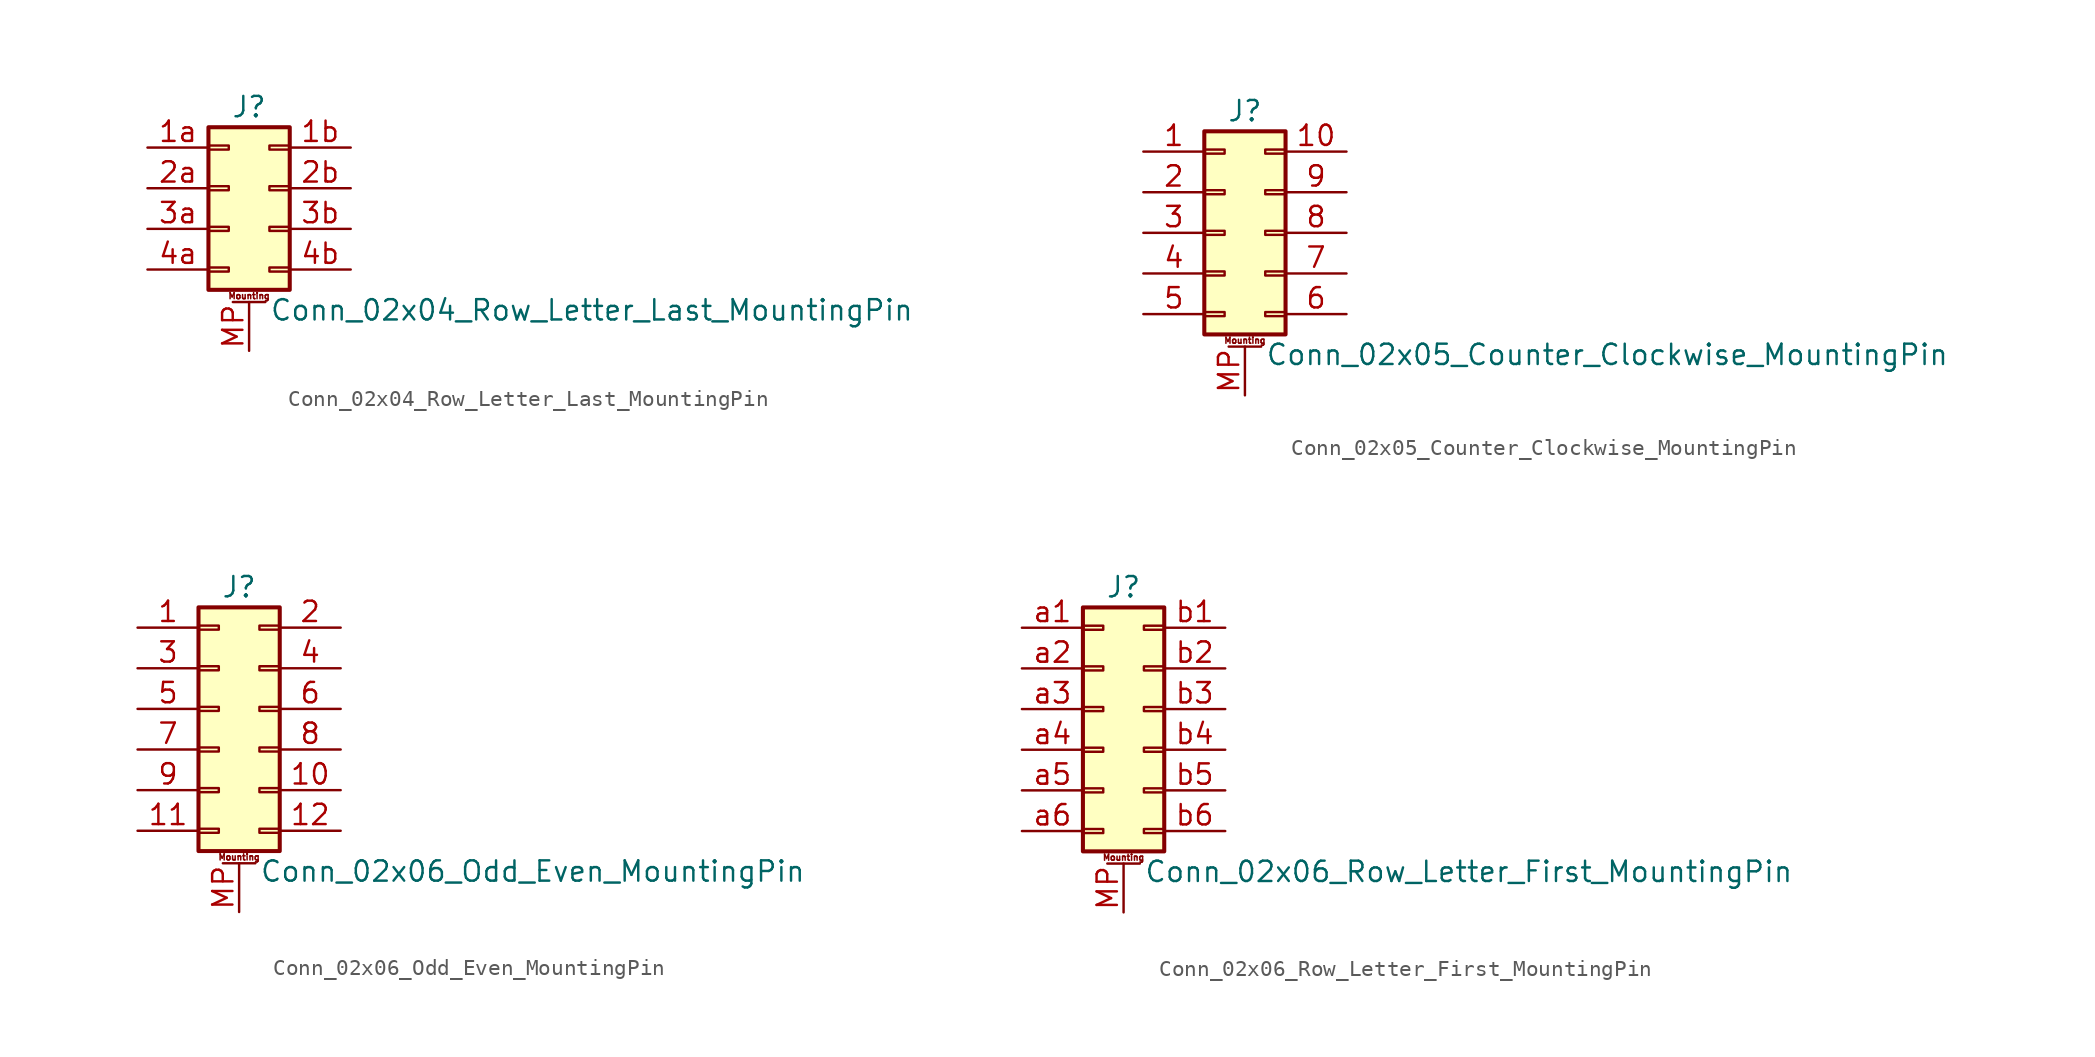
<source format=kicad_sym>
(kicad_symbol_lib
  (version 20201005)
  (generator kicad_symbol_editor)
  (symbol "Conn_02x04_Row_Letter_Last_MountingPin"
    (pin_names
      (offset 1.016) hide)
    (property "Reference" "J"
      (at 1.27 5.08 0)
      (effects (font (size 1.27 1.27))))
    (property "Value" "Conn_02x04_Row_Letter_Last_MountingPin"
      (at 2.54 -7.62 0)
      (effects (font (size 1.27 1.27)) (justify left)))
    (symbol "Conn_02x04_Row_Letter_Last_MountingPin_1_1"
      (text "Mounting" (at 1.27 -6.731 0) (effects (font (size 0.381 0.381))))
      (rectangle (start -1.27 -4.953) (end 0 -5.207) (stroke (width 0.152)) (fill (type none)))
      (rectangle (start -1.27 -2.413) (end 0 -2.667) (stroke (width 0.152)) (fill (type none)))
      (rectangle (start -1.27 0.127) (end 0 -0.127) (stroke (width 0.152)) (fill (type none)))
      (rectangle (start -1.27 2.667) (end 0 2.413) (stroke (width 0.152)) (fill (type none)))
      (rectangle (start 3.81 -4.953) (end 2.54 -5.207) (stroke (width 0.152)) (fill (type none)))
      (rectangle (start 3.81 -2.413) (end 2.54 -2.667) (stroke (width 0.152)) (fill (type none)))
      (rectangle (start 3.81 0.127) (end 2.54 -0.127) (stroke (width 0.152)) (fill (type none)))
      (rectangle (start 3.81 2.667) (end 2.54 2.413) (stroke (width 0.152)) (fill (type none)))
      (rectangle (start -1.27 3.81) (end 3.81 -6.35) (stroke (width 0.254)) (fill (type background)))
      (polyline (pts (xy 0.254 -7.112) (xy 2.286 -7.112)) (stroke (width 0.152)) (fill (type none)))
      (pin passive line (at -5.08 2.54 0) (length 3.81) (name "Pin_1a" (effects (font (size 1.27 1.27)))) (number "1a" (effects (font (size 1.27 1.27)))))
      (pin passive line (at 7.62 2.54 180) (length 3.81) (name "Pin_1b" (effects (font (size 1.27 1.27)))) (number "1b" (effects (font (size 1.27 1.27)))))
      (pin passive line (at -5.08 0 0) (length 3.81) (name "Pin_2a" (effects (font (size 1.27 1.27)))) (number "2a" (effects (font (size 1.27 1.27)))))
      (pin passive line (at 7.62 0 180) (length 3.81) (name "Pin_2b" (effects (font (size 1.27 1.27)))) (number "2b" (effects (font (size 1.27 1.27)))))
      (pin passive line (at -5.08 -2.54 0) (length 3.81) (name "Pin_3a" (effects (font (size 1.27 1.27)))) (number "3a" (effects (font (size 1.27 1.27)))))
      (pin passive line (at 7.62 -2.54 180) (length 3.81) (name "Pin_3b" (effects (font (size 1.27 1.27)))) (number "3b" (effects (font (size 1.27 1.27)))))
      (pin passive line (at -5.08 -5.08 0) (length 3.81) (name "Pin_4a" (effects (font (size 1.27 1.27)))) (number "4a" (effects (font (size 1.27 1.27)))))
      (pin passive line (at 7.62 -5.08 180) (length 3.81) (name "Pin_4b" (effects (font (size 1.27 1.27)))) (number "4b" (effects (font (size 1.27 1.27)))))
      (pin passive line (at 1.27 -10.16 90) (length 3.048) (name "MountPin" (effects (font (size 1.27 1.27)))) (number "MP" (effects (font (size 1.27 1.27)))))))
  (symbol "Conn_02x05_Counter_Clockwise_MountingPin"
    (pin_names
      (offset 1.016) hide)
    (property "Reference" "J"
      (at 1.27 7.62 0)
      (effects (font (size 1.27 1.27))))
    (property "Value" "Conn_02x05_Counter_Clockwise_MountingPin"
      (at 2.54 -7.62 0)
      (effects (font (size 1.27 1.27)) (justify left)))
    (symbol "Conn_02x05_Counter_Clockwise_MountingPin_1_1"
      (text "Mounting" (at 1.27 -6.731 0) (effects (font (size 0.381 0.381))))
      (rectangle (start -1.27 -4.953) (end 0 -5.207) (stroke (width 0.152)) (fill (type none)))
      (rectangle (start -1.27 -2.413) (end 0 -2.667) (stroke (width 0.152)) (fill (type none)))
      (rectangle (start -1.27 0.127) (end 0 -0.127) (stroke (width 0.152)) (fill (type none)))
      (rectangle (start -1.27 2.667) (end 0 2.413) (stroke (width 0.152)) (fill (type none)))
      (rectangle (start -1.27 5.207) (end 0 4.953) (stroke (width 0.152)) (fill (type none)))
      (rectangle (start 3.81 -4.953) (end 2.54 -5.207) (stroke (width 0.152)) (fill (type none)))
      (rectangle (start 3.81 -2.413) (end 2.54 -2.667) (stroke (width 0.152)) (fill (type none)))
      (rectangle (start 3.81 0.127) (end 2.54 -0.127) (stroke (width 0.152)) (fill (type none)))
      (rectangle (start 3.81 2.667) (end 2.54 2.413) (stroke (width 0.152)) (fill (type none)))
      (rectangle (start 3.81 5.207) (end 2.54 4.953) (stroke (width 0.152)) (fill (type none)))
      (rectangle (start -1.27 6.35) (end 3.81 -6.35) (stroke (width 0.254)) (fill (type background)))
      (polyline (pts (xy 0.254 -7.112) (xy 2.286 -7.112)) (stroke (width 0.152)) (fill (type none)))
      (pin passive line (at -5.08 5.08 0) (length 3.81) (name "Pin_1" (effects (font (size 1.27 1.27)))) (number "1" (effects (font (size 1.27 1.27)))))
      (pin passive line (at 7.62 5.08 180) (length 3.81) (name "Pin_10" (effects (font (size 1.27 1.27)))) (number "10" (effects (font (size 1.27 1.27)))))
      (pin passive line (at -5.08 2.54 0) (length 3.81) (name "Pin_2" (effects (font (size 1.27 1.27)))) (number "2" (effects (font (size 1.27 1.27)))))
      (pin passive line (at -5.08 0 0) (length 3.81) (name "Pin_3" (effects (font (size 1.27 1.27)))) (number "3" (effects (font (size 1.27 1.27)))))
      (pin passive line (at -5.08 -2.54 0) (length 3.81) (name "Pin_4" (effects (font (size 1.27 1.27)))) (number "4" (effects (font (size 1.27 1.27)))))
      (pin passive line (at -5.08 -5.08 0) (length 3.81) (name "Pin_5" (effects (font (size 1.27 1.27)))) (number "5" (effects (font (size 1.27 1.27)))))
      (pin passive line (at 7.62 -5.08 180) (length 3.81) (name "Pin_6" (effects (font (size 1.27 1.27)))) (number "6" (effects (font (size 1.27 1.27)))))
      (pin passive line (at 7.62 -2.54 180) (length 3.81) (name "Pin_7" (effects (font (size 1.27 1.27)))) (number "7" (effects (font (size 1.27 1.27)))))
      (pin passive line (at 7.62 0 180) (length 3.81) (name "Pin_8" (effects (font (size 1.27 1.27)))) (number "8" (effects (font (size 1.27 1.27)))))
      (pin passive line (at 7.62 2.54 180) (length 3.81) (name "Pin_9" (effects (font (size 1.27 1.27)))) (number "9" (effects (font (size 1.27 1.27)))))
      (pin passive line (at 1.27 -10.16 90) (length 3.048) (name "MountPin" (effects (font (size 1.27 1.27)))) (number "MP" (effects (font (size 1.27 1.27)))))))
  (symbol "Conn_02x06_Odd_Even_MountingPin"
    (pin_names
      (offset 1.016) hide)
    (property "Reference" "J"
      (at 1.27 7.62 0)
      (effects (font (size 1.27 1.27))))
    (property "Value" "Conn_02x06_Odd_Even_MountingPin"
      (at 2.54 -10.16 0)
      (effects (font (size 1.27 1.27)) (justify left)))
    (symbol "Conn_02x06_Odd_Even_MountingPin_1_1"
      (text "Mounting" (at 1.27 -9.271 0) (effects (font (size 0.381 0.381))))
      (rectangle (start -1.27 -7.493) (end 0 -7.747) (stroke (width 0.152)) (fill (type none)))
      (rectangle (start -1.27 -4.953) (end 0 -5.207) (stroke (width 0.152)) (fill (type none)))
      (rectangle (start -1.27 -2.413) (end 0 -2.667) (stroke (width 0.152)) (fill (type none)))
      (rectangle (start -1.27 0.127) (end 0 -0.127) (stroke (width 0.152)) (fill (type none)))
      (rectangle (start -1.27 2.667) (end 0 2.413) (stroke (width 0.152)) (fill (type none)))
      (rectangle (start -1.27 5.207) (end 0 4.953) (stroke (width 0.152)) (fill (type none)))
      (rectangle (start 3.81 -7.493) (end 2.54 -7.747) (stroke (width 0.152)) (fill (type none)))
      (rectangle (start 3.81 -4.953) (end 2.54 -5.207) (stroke (width 0.152)) (fill (type none)))
      (rectangle (start 3.81 -2.413) (end 2.54 -2.667) (stroke (width 0.152)) (fill (type none)))
      (rectangle (start 3.81 0.127) (end 2.54 -0.127) (stroke (width 0.152)) (fill (type none)))
      (rectangle (start 3.81 2.667) (end 2.54 2.413) (stroke (width 0.152)) (fill (type none)))
      (rectangle (start 3.81 5.207) (end 2.54 4.953) (stroke (width 0.152)) (fill (type none)))
      (rectangle (start -1.27 6.35) (end 3.81 -8.89) (stroke (width 0.254)) (fill (type background)))
      (polyline (pts (xy 0.254 -9.652) (xy 2.286 -9.652)) (stroke (width 0.152)) (fill (type none)))
      (pin passive line (at -5.08 5.08 0) (length 3.81) (name "Pin_1" (effects (font (size 1.27 1.27)))) (number "1" (effects (font (size 1.27 1.27)))))
      (pin passive line (at 7.62 -5.08 180) (length 3.81) (name "Pin_10" (effects (font (size 1.27 1.27)))) (number "10" (effects (font (size 1.27 1.27)))))
      (pin passive line (at -5.08 -7.62 0) (length 3.81) (name "Pin_11" (effects (font (size 1.27 1.27)))) (number "11" (effects (font (size 1.27 1.27)))))
      (pin passive line (at 7.62 -7.62 180) (length 3.81) (name "Pin_12" (effects (font (size 1.27 1.27)))) (number "12" (effects (font (size 1.27 1.27)))))
      (pin passive line (at 7.62 5.08 180) (length 3.81) (name "Pin_2" (effects (font (size 1.27 1.27)))) (number "2" (effects (font (size 1.27 1.27)))))
      (pin passive line (at -5.08 2.54 0) (length 3.81) (name "Pin_3" (effects (font (size 1.27 1.27)))) (number "3" (effects (font (size 1.27 1.27)))))
      (pin passive line (at 7.62 2.54 180) (length 3.81) (name "Pin_4" (effects (font (size 1.27 1.27)))) (number "4" (effects (font (size 1.27 1.27)))))
      (pin passive line (at -5.08 0 0) (length 3.81) (name "Pin_5" (effects (font (size 1.27 1.27)))) (number "5" (effects (font (size 1.27 1.27)))))
      (pin passive line (at 7.62 0 180) (length 3.81) (name "Pin_6" (effects (font (size 1.27 1.27)))) (number "6" (effects (font (size 1.27 1.27)))))
      (pin passive line (at -5.08 -2.54 0) (length 3.81) (name "Pin_7" (effects (font (size 1.27 1.27)))) (number "7" (effects (font (size 1.27 1.27)))))
      (pin passive line (at 7.62 -2.54 180) (length 3.81) (name "Pin_8" (effects (font (size 1.27 1.27)))) (number "8" (effects (font (size 1.27 1.27)))))
      (pin passive line (at -5.08 -5.08 0) (length 3.81) (name "Pin_9" (effects (font (size 1.27 1.27)))) (number "9" (effects (font (size 1.27 1.27)))))
      (pin passive line (at 1.27 -12.7 90) (length 3.048) (name "MountPin" (effects (font (size 1.27 1.27)))) (number "MP" (effects (font (size 1.27 1.27)))))))
  (symbol "Conn_02x06_Row_Letter_First_MountingPin"
    (pin_names
      (offset 1.016) hide)
    (property "Reference" "J"
      (at 1.27 7.62 0)
      (effects (font (size 1.27 1.27))))
    (property "Value" "Conn_02x06_Row_Letter_First_MountingPin"
      (at 2.54 -10.16 0)
      (effects (font (size 1.27 1.27)) (justify left)))
    (symbol "Conn_02x06_Row_Letter_First_MountingPin_1_1"
      (text "Mounting" (at 1.27 -9.271 0) (effects (font (size 0.381 0.381))))
      (rectangle (start -1.27 -7.493) (end 0 -7.747) (stroke (width 0.152)) (fill (type none)))
      (rectangle (start -1.27 -4.953) (end 0 -5.207) (stroke (width 0.152)) (fill (type none)))
      (rectangle (start -1.27 -2.413) (end 0 -2.667) (stroke (width 0.152)) (fill (type none)))
      (rectangle (start -1.27 0.127) (end 0 -0.127) (stroke (width 0.152)) (fill (type none)))
      (rectangle (start -1.27 2.667) (end 0 2.413) (stroke (width 0.152)) (fill (type none)))
      (rectangle (start -1.27 5.207) (end 0 4.953) (stroke (width 0.152)) (fill (type none)))
      (rectangle (start 3.81 -7.493) (end 2.54 -7.747) (stroke (width 0.152)) (fill (type none)))
      (rectangle (start 3.81 -4.953) (end 2.54 -5.207) (stroke (width 0.152)) (fill (type none)))
      (rectangle (start 3.81 -2.413) (end 2.54 -2.667) (stroke (width 0.152)) (fill (type none)))
      (rectangle (start 3.81 0.127) (end 2.54 -0.127) (stroke (width 0.152)) (fill (type none)))
      (rectangle (start 3.81 2.667) (end 2.54 2.413) (stroke (width 0.152)) (fill (type none)))
      (rectangle (start 3.81 5.207) (end 2.54 4.953) (stroke (width 0.152)) (fill (type none)))
      (rectangle (start -1.27 6.35) (end 3.81 -8.89) (stroke (width 0.254)) (fill (type background)))
      (polyline (pts (xy 0.254 -9.652) (xy 2.286 -9.652)) (stroke (width 0.152)) (fill (type none)))
      (pin passive line (at 1.27 -12.7 90) (length 3.048) (name "MountPin" (effects (font (size 1.27 1.27)))) (number "MP" (effects (font (size 1.27 1.27)))))
      (pin passive line (at -5.08 5.08 0) (length 3.81) (name "Pin_a1" (effects (font (size 1.27 1.27)))) (number "a1" (effects (font (size 1.27 1.27)))))
      (pin passive line (at -5.08 2.54 0) (length 3.81) (name "Pin_a2" (effects (font (size 1.27 1.27)))) (number "a2" (effects (font (size 1.27 1.27)))))
      (pin passive line (at -5.08 0 0) (length 3.81) (name "Pin_a3" (effects (font (size 1.27 1.27)))) (number "a3" (effects (font (size 1.27 1.27)))))
      (pin passive line (at -5.08 -2.54 0) (length 3.81) (name "Pin_a4" (effects (font (size 1.27 1.27)))) (number "a4" (effects (font (size 1.27 1.27)))))
      (pin passive line (at -5.08 -5.08 0) (length 3.81) (name "Pin_a5" (effects (font (size 1.27 1.27)))) (number "a5" (effects (font (size 1.27 1.27)))))
      (pin passive line (at -5.08 -7.62 0) (length 3.81) (name "Pin_a6" (effects (font (size 1.27 1.27)))) (number "a6" (effects (font (size 1.27 1.27)))))
      (pin passive line (at 7.62 5.08 180) (length 3.81) (name "Pin_b1" (effects (font (size 1.27 1.27)))) (number "b1" (effects (font (size 1.27 1.27)))))
      (pin passive line (at 7.62 2.54 180) (length 3.81) (name "Pin_b2" (effects (font (size 1.27 1.27)))) (number "b2" (effects (font (size 1.27 1.27)))))
      (pin passive line (at 7.62 0 180) (length 3.81) (name "Pin_b3" (effects (font (size 1.27 1.27)))) (number "b3" (effects (font (size 1.27 1.27)))))
      (pin passive line (at 7.62 -2.54 180) (length 3.81) (name "Pin_b4" (effects (font (size 1.27 1.27)))) (number "b4" (effects (font (size 1.27 1.27)))))
      (pin passive line (at 7.62 -5.08 180) (length 3.81) (name "Pin_b5" (effects (font (size 1.27 1.27)))) (number "b5" (effects (font (size 1.27 1.27)))))
      (pin passive line (at 7.62 -7.62 180) (length 3.81) (name "Pin_b6" (effects (font (size 1.27 1.27)))) (number "b6" (effects (font (size 1.27 1.27))))))))
</source>
